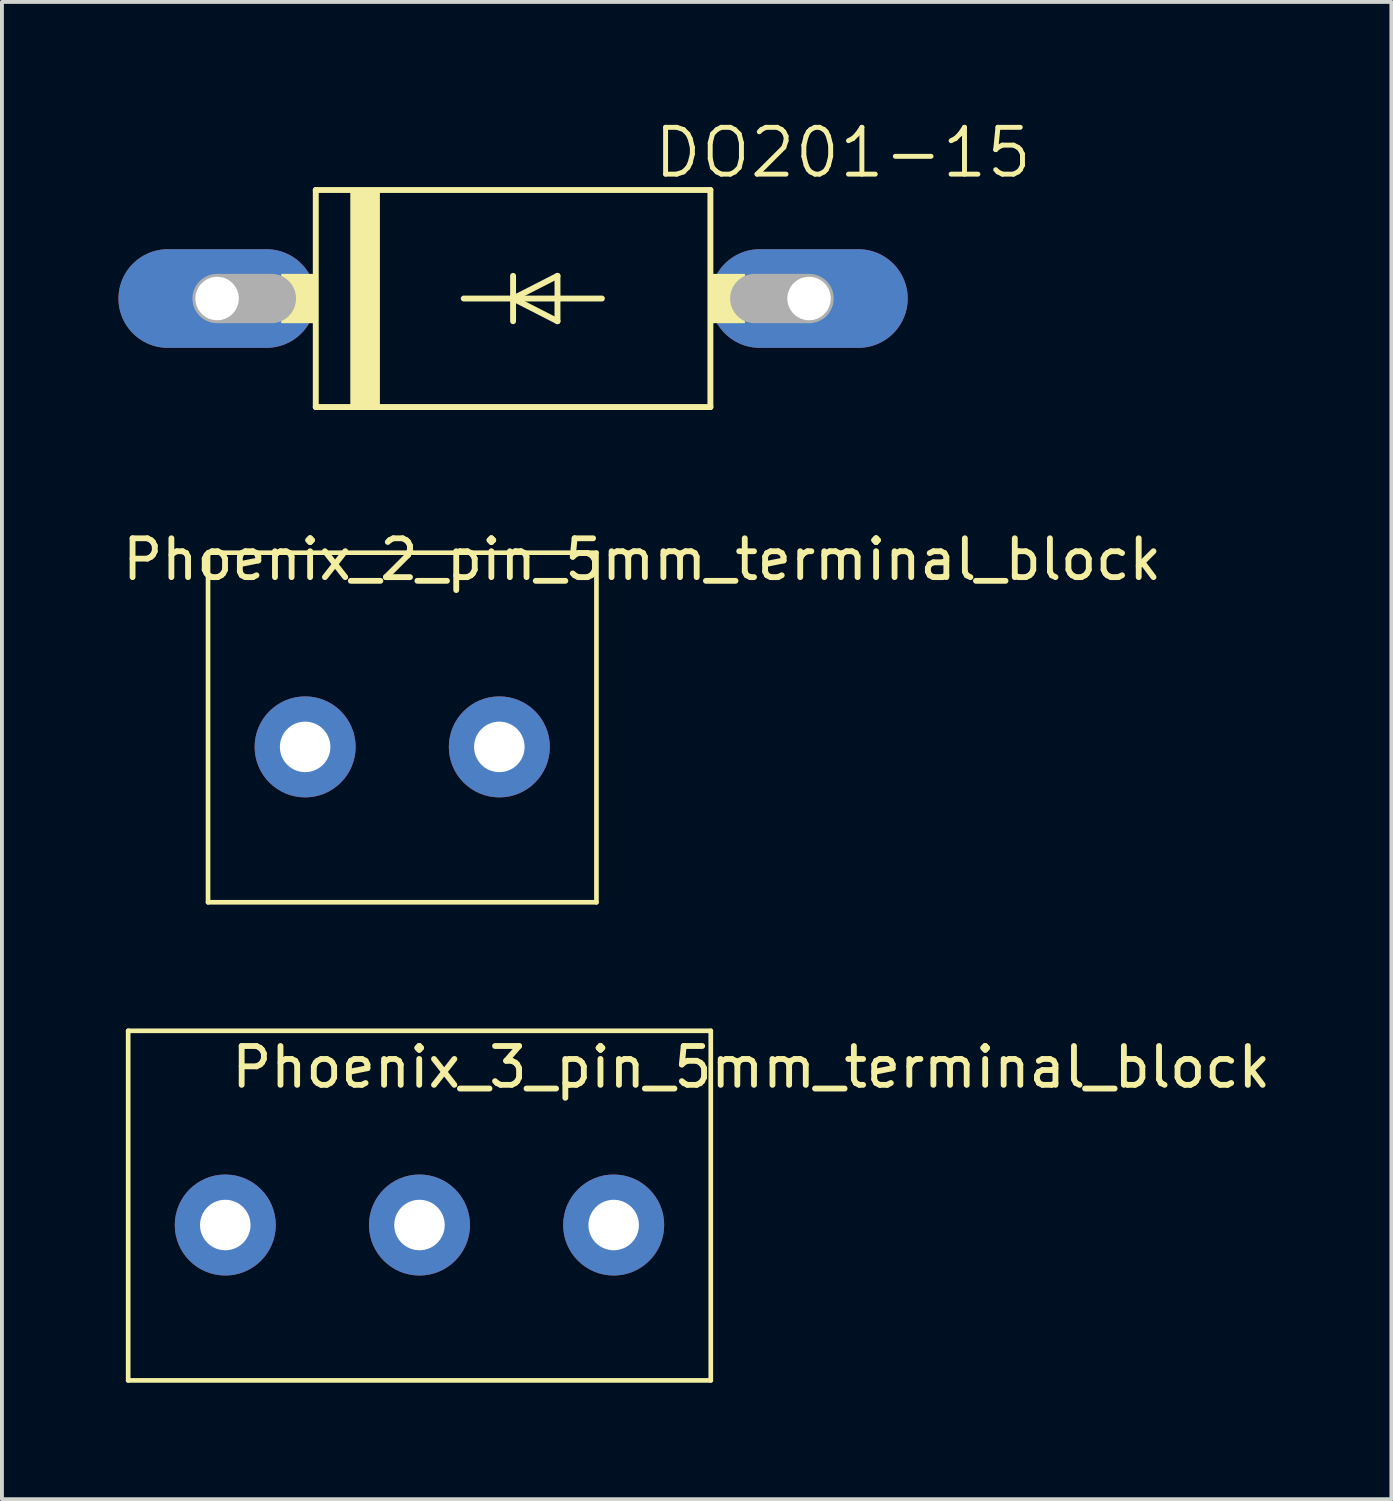
<source format=kicad_pcb>
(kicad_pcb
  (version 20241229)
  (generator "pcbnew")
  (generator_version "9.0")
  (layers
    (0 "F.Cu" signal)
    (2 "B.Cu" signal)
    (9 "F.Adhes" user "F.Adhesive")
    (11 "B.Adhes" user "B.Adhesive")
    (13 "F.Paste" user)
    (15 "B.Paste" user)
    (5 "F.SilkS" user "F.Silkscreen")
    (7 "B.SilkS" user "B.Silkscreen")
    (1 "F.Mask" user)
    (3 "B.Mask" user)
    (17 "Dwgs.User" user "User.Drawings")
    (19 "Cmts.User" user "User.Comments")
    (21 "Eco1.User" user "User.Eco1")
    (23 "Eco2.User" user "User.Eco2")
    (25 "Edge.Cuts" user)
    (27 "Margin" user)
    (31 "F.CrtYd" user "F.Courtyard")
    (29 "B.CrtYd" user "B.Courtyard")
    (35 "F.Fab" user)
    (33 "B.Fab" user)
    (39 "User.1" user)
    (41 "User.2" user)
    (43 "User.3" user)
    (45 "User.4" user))
  (footprint "Phoenix_2_pin_5mm_terminal_block"
    (layer "F.Cu")
    (at 2.306 11.18)
    (property "Reference" "Phoenix_2_pin_5mm_terminal_block" (at 11.176 0.174 180) (layer "F.SilkS") (effects (font (size 1 1) (thickness 0.15))))
    (attr through_hole)
    (fp_line (start 0 0) (end 0 9) (stroke (width 0.12) (type solid)) (layer "F.SilkS"))
    (fp_line (start 0 0) (end 10 0) (stroke (width 0.12) (type solid)) (layer "F.SilkS"))
    (fp_line (start 0 9) (end 10 9) (stroke (width 0.12) (type solid)) (layer "F.SilkS"))
    (fp_line (start 10 0) (end 10 9) (stroke (width 0.12) (type solid)) (layer "F.SilkS"))
    (pad "1" thru_hole circle (at 2.5 5) (size 2.6 2.6) (drill 1.3) (layers "*.Cu" "*.Mask"))
    (pad "2" thru_hole circle (at 7.5 5) (size 2.6 2.6) (drill 1.3) (layers "*.Cu" "*.Mask")))
  (footprint "DO201-15"
    (layer "F.Cu")
    (at 10.16 4.636)
    (property "Reference" "DO201-15" (at 3.556 -3.048 0) (layer "F.SilkS") (effects (font (size 1.206 1.206) (thickness 0.127)) (justify left bottom)))
    (attr through_hole)
    (fp_line (start -5.08 -2.794) (end 5.08 -2.794) (stroke (width 0.152) (type solid)) (layer "F.SilkS"))
    (fp_line (start -5.08 2.794) (end -5.08 -2.794) (stroke (width 0.152) (type solid)) (layer "F.SilkS"))
    (fp_line (start -1.27 0) (end 0 0) (stroke (width 0.152) (type solid)) (layer "F.SilkS"))
    (fp_line (start 0 -0.584) (end 0 0) (stroke (width 0.152) (type solid)) (layer "F.SilkS"))
    (fp_line (start 0 0) (end 0 0.584) (stroke (width 0.152) (type solid)) (layer "F.SilkS"))
    (fp_line (start 0 0) (end 1.143 -0.584) (stroke (width 0.152) (type solid)) (layer "F.SilkS"))
    (fp_line (start 0 0) (end 2.286 0) (stroke (width 0.152) (type solid)) (layer "F.SilkS"))
    (fp_line (start 1.143 -0.584) (end 1.143 0.584) (stroke (width 0.152) (type solid)) (layer "F.SilkS"))
    (fp_line (start 1.143 0.584) (end 0 0) (stroke (width 0.152) (type solid)) (layer "F.SilkS"))
    (fp_line (start 5.08 -2.794) (end 5.08 2.794) (stroke (width 0.152) (type solid)) (layer "F.SilkS"))
    (fp_line (start 5.08 2.794) (end -5.08 2.794) (stroke (width 0.152) (type solid)) (layer "F.SilkS"))
    (fp_poly (pts (xy -5.969 0.635) (xy -5.08 0.635) (xy -5.08 -0.635) (xy -5.969 -0.635)) (stroke (width 0) (type solid)) (fill yes) (layer "F.SilkS"))
    (fp_poly (pts (xy -4.191 2.794) (xy -3.429 2.794) (xy -3.429 -2.794) (xy -4.191 -2.794)) (stroke (width 0) (type solid)) (fill yes) (layer "F.SilkS"))
    (fp_poly (pts (xy 5.08 0.635) (xy 5.969 0.635) (xy 5.969 -0.635) (xy 5.08 -0.635)) (stroke (width 0) (type solid)) (fill yes) (layer "F.SilkS"))
    (fp_line (start -7.62 0) (end -6.223 0) (stroke (width 1.27) (type solid)) (layer "F.Fab"))
    (fp_line (start 7.62 0) (end 6.223 0) (stroke (width 1.27) (type solid)) (layer "F.Fab"))
    (pad "A" thru_hole oval (at 7.62 0) (size 5.08 2.54) (drill 1.118) (layers "*.Cu" "*.Mask"))
    (pad "C" thru_hole oval (at -7.62 0) (size 5.08 2.54) (drill 1.118) (layers "*.Cu" "*.Mask")))
  (footprint "Phoenix_3_pin_5mm_terminal_block"
    (layer "F.Cu")
    (at 0.25 23.49)
    (property "Reference" "Phoenix_3_pin_5mm_terminal_block" (at 16.041 0.936 180) (layer "F.SilkS") (effects (font (size 1 1) (thickness 0.15))))
    (attr through_hole)
    (fp_line (start 0 0) (end 0 9) (stroke (width 0.12) (type solid)) (layer "F.SilkS"))
    (fp_line (start 0 0) (end 15 0) (stroke (width 0.12) (type solid)) (layer "F.SilkS"))
    (fp_line (start 0 9) (end 15 9) (stroke (width 0.12) (type solid)) (layer "F.SilkS"))
    (fp_line (start 15 0) (end 15 9) (stroke (width 0.12) (type solid)) (layer "F.SilkS"))
    (pad "1" thru_hole circle (at 2.5 5) (size 2.6 2.6) (drill 1.3) (layers "*.Cu" "*.Mask"))
    (pad "2" thru_hole circle (at 7.5 5) (size 2.6 2.6) (drill 1.3) (layers "*.Cu" "*.Mask"))
    (pad "3" thru_hole circle (at 12.5 5) (size 2.6 2.6) (drill 1.3) (layers "*.Cu" "*.Mask")))
  (gr_rect
    (start -3 -3)
    (end 32.773 35.55)
    (stroke (width 0.1) (type default))
    (fill no)
    (layer "Edge.Cuts")))
</source>
